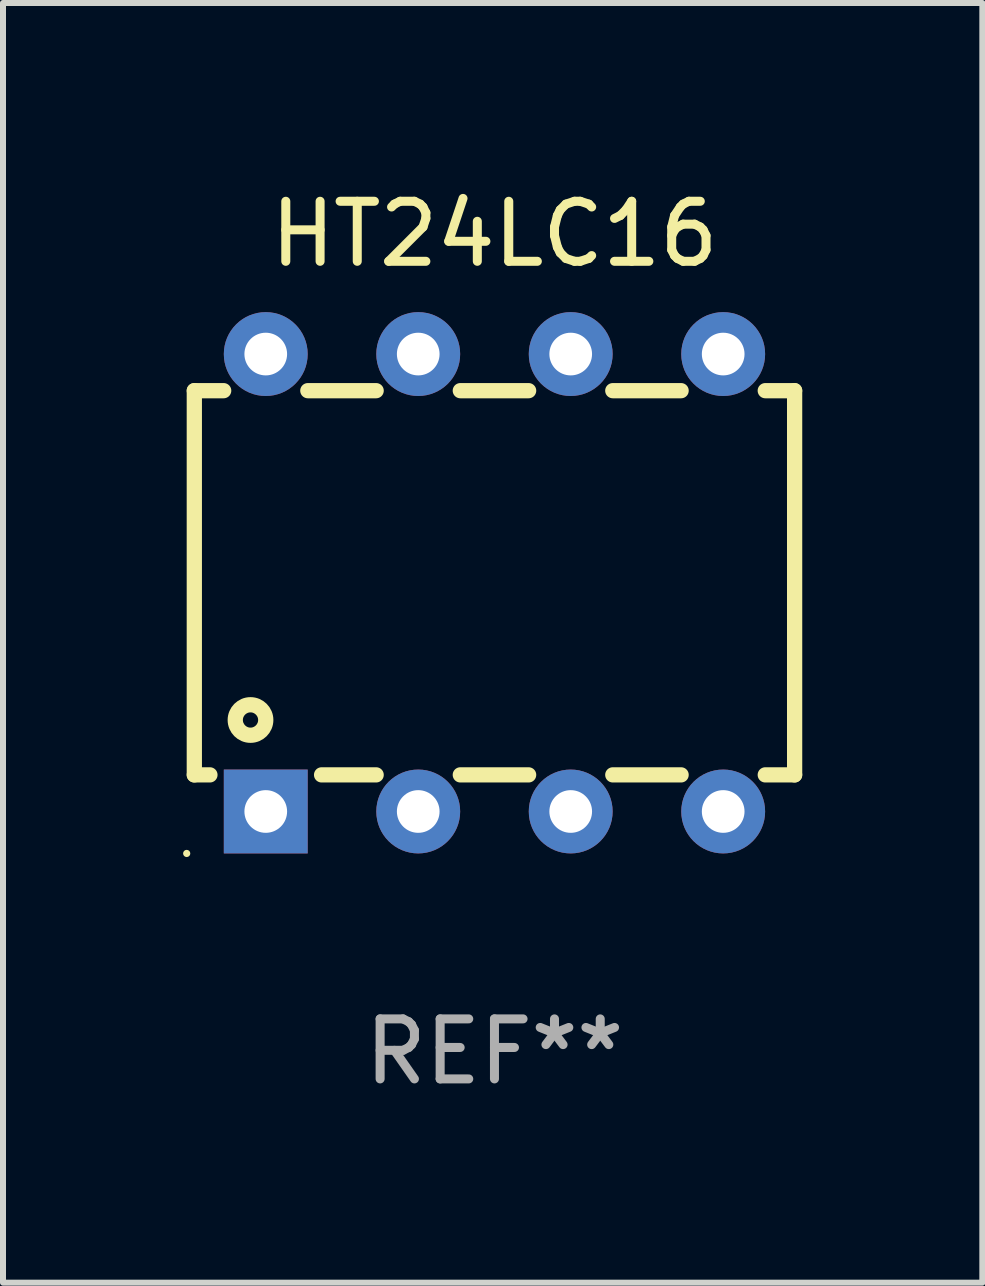
<source format=kicad_pcb>
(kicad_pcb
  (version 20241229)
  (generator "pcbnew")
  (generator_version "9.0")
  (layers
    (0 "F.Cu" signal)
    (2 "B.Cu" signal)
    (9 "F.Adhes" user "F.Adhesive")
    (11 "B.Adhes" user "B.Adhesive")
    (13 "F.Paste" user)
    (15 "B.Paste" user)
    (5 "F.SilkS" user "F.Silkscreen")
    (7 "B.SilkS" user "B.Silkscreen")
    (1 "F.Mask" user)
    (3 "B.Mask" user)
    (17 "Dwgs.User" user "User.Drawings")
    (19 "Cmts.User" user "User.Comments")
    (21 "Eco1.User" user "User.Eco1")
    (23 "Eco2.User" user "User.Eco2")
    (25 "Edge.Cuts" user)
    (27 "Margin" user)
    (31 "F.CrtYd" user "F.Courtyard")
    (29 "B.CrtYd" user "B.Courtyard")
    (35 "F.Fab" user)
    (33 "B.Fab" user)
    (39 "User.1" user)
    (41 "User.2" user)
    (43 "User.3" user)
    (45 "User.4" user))
  (footprint "HT24LC16"
    (layer "F.Cu")
    (at 5.187 6.658)
    (property "Reference" "HT24LC16" (at 0 -5.81 0) (layer "F.SilkS") (effects (font (size 1 1) (thickness 0.15))))
    (attr through_hole)
    (fp_line (start -5 -3.2) (end -5 3.2) (stroke (width 0.254) (type solid)) (layer "F.SilkS"))
    (fp_line (start -5 -3.2) (end -4.511 -3.2) (stroke (width 0.254) (type solid)) (layer "F.SilkS"))
    (fp_line (start -5 3.2) (end -4.74 3.2) (stroke (width 0.254) (type solid)) (layer "F.SilkS"))
    (fp_line (start -3.109 -3.2) (end -1.971 -3.2) (stroke (width 0.254) (type solid)) (layer "F.SilkS"))
    (fp_line (start -2.88 3.2) (end -1.971 3.2) (stroke (width 0.254) (type solid)) (layer "F.SilkS"))
    (fp_line (start -0.569 -3.2) (end 0.569 -3.2) (stroke (width 0.254) (type solid)) (layer "F.SilkS"))
    (fp_line (start -0.569 3.2) (end 0.569 3.2) (stroke (width 0.254) (type solid)) (layer "F.SilkS"))
    (fp_line (start 1.971 -3.2) (end 3.109 -3.2) (stroke (width 0.254) (type solid)) (layer "F.SilkS"))
    (fp_line (start 1.971 3.2) (end 3.109 3.2) (stroke (width 0.254) (type solid)) (layer "F.SilkS"))
    (fp_line (start 4.511 -3.2) (end 5 -3.2) (stroke (width 0.254) (type solid)) (layer "F.SilkS"))
    (fp_line (start 4.511 3.2) (end 5 3.2) (stroke (width 0.254) (type solid)) (layer "F.SilkS"))
    (fp_line (start 5 -3.2) (end 5 3.2) (stroke (width 0.254) (type solid)) (layer "F.SilkS"))
    (fp_circle (center -5.127 4.509) (end -5.097 4.509) (stroke (width 0.06) (type solid)) (fill no) (layer "F.SilkS"))
    (fp_circle (center -4.064 2.286) (end -3.81 2.286) (stroke (width 0.254) (type solid)) (fill no) (layer "F.SilkS"))
    (fp_text user "REF**" (at 0 7.81 0) (layer "F.Fab") (effects (font (size 1 1) (thickness 0.15))))
    (pad "1" thru_hole rect (at -3.81 3.81) (size 1.397 1.397) (drill 0.711) (layers "*.Cu" "*.Mask"))
    (pad "2" thru_hole circle (at -1.27 3.81) (size 1.397 1.397) (drill 0.711) (layers "*.Cu" "*.Mask"))
    (pad "3" thru_hole circle (at 1.27 3.81) (size 1.397 1.397) (drill 0.711) (layers "*.Cu" "*.Mask"))
    (pad "4" thru_hole circle (at 3.81 3.81) (size 1.397 1.397) (drill 0.711) (layers "*.Cu" "*.Mask"))
    (pad "5" thru_hole circle (at 3.81 -3.81) (size 1.397 1.397) (drill 0.711) (layers "*.Cu" "*.Mask"))
    (pad "6" thru_hole circle (at 1.27 -3.81) (size 1.397 1.397) (drill 0.711) (layers "*.Cu" "*.Mask"))
    (pad "7" thru_hole circle (at -1.27 -3.81) (size 1.397 1.397) (drill 0.711) (layers "*.Cu" "*.Mask"))
    (pad "8" thru_hole circle (at -3.81 -3.81) (size 1.397 1.397) (drill 0.711) (layers "*.Cu" "*.Mask")))
  (gr_rect
    (start -3 -3)
    (end 13.314 18.317)
    (stroke (width 0.1) (type default))
    (fill no)
    (layer "Edge.Cuts")))
</source>
